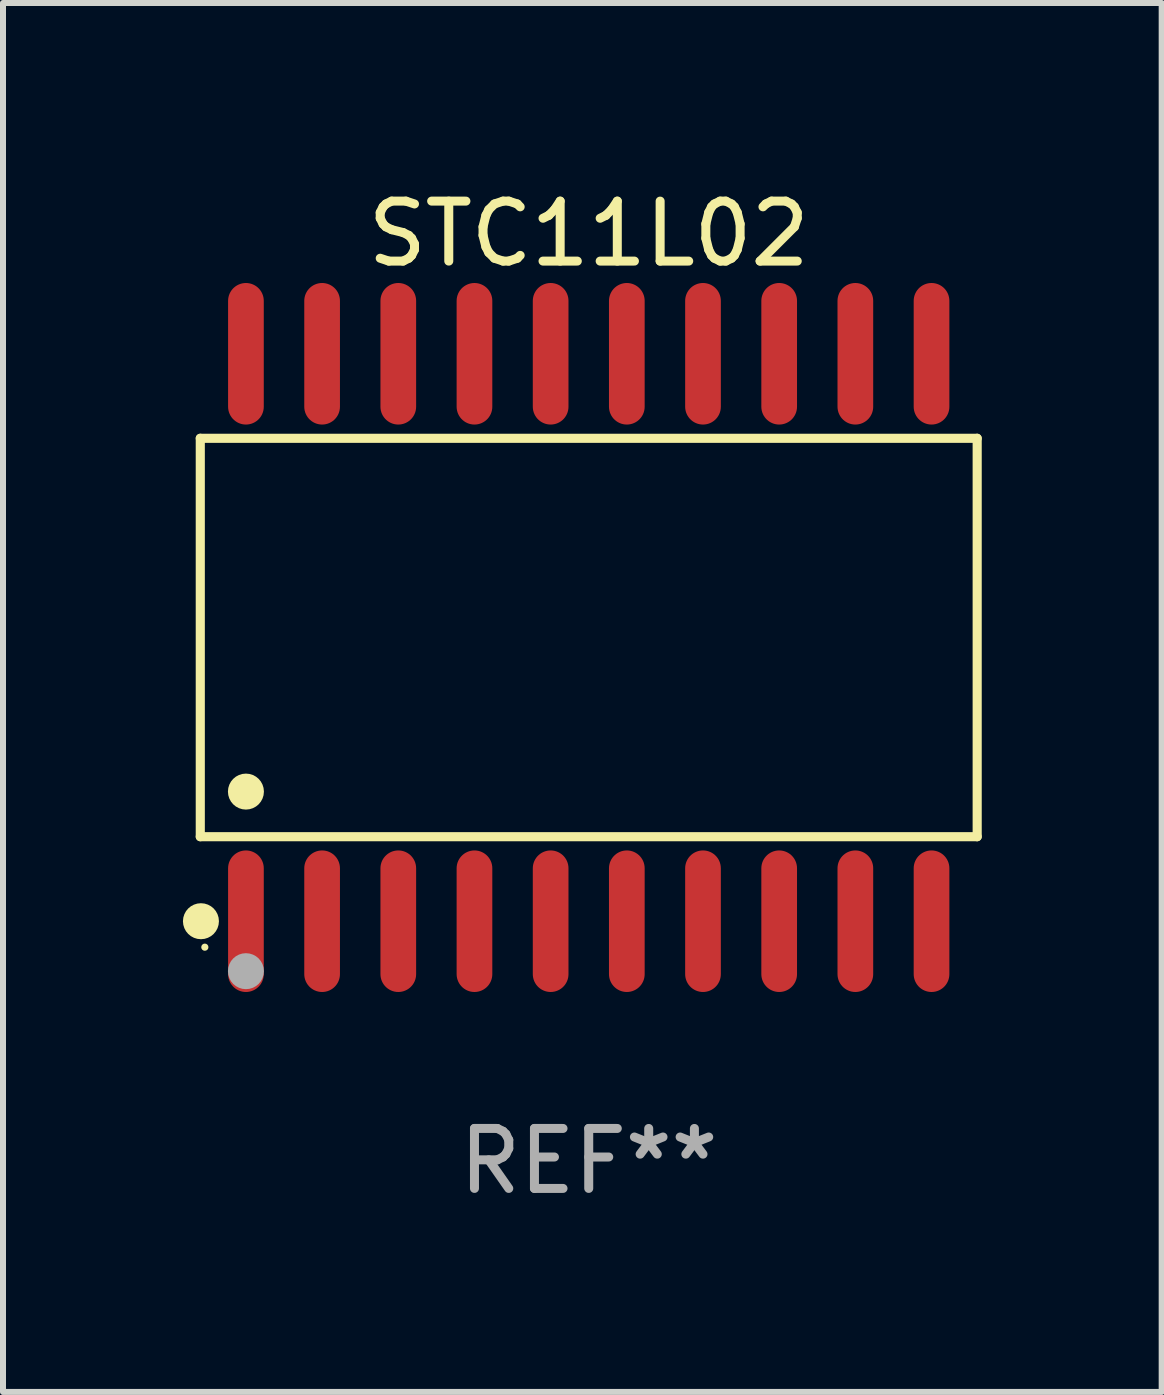
<source format=kicad_pcb>
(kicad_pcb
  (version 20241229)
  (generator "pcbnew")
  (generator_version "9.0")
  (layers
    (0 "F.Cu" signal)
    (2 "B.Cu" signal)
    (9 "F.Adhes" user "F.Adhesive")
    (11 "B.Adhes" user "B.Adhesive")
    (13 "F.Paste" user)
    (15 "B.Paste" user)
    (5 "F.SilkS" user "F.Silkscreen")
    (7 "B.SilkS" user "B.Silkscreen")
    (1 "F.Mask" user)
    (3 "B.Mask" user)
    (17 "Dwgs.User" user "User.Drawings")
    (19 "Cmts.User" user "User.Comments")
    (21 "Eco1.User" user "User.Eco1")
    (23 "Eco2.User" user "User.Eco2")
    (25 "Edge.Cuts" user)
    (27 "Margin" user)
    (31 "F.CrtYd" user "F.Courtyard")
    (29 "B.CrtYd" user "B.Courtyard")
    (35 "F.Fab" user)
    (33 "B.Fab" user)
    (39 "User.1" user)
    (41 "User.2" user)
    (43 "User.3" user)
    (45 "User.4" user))
  (footprint "STC11L02"
    (layer "F.Cu")
    (at 6.765 7.578)
    (property "Reference" "STC11L02" (at 0 -6.73 0) (layer "F.SilkS") (effects (font (size 1 1) (thickness 0.15))))
    (attr through_hole)
    (fp_line (start -6.476 -3.321) (end 6.476 -3.321) (stroke (width 0.152) (type solid)) (layer "F.SilkS"))
    (fp_line (start -6.476 3.321) (end -6.476 -3.321) (stroke (width 0.152) (type solid)) (layer "F.SilkS"))
    (fp_line (start 6.476 -3.321) (end 6.476 3.321) (stroke (width 0.152) (type solid)) (layer "F.SilkS"))
    (fp_line (start 6.476 3.321) (end -6.476 3.321) (stroke (width 0.152) (type solid)) (layer "F.SilkS"))
    (fp_circle (center -6.465 4.73) (end -6.315 4.73) (stroke (width 0.3) (type solid)) (fill no) (layer "F.SilkS"))
    (fp_circle (center -6.4 5.163) (end -6.37 5.163) (stroke (width 0.06) (type solid)) (fill no) (layer "F.SilkS"))
    (fp_circle (center -5.715 2.569) (end -5.565 2.569) (stroke (width 0.3) (type solid)) (fill no) (layer "F.SilkS"))
    (fp_circle (center -5.715 5.563) (end -5.565 5.563) (stroke (width 0.3) (type solid)) (fill no) (layer "F.Fab"))
    (fp_text user "REF**" (at 0 8.73 0) (layer "F.Fab") (effects (font (size 1 1) (thickness 0.15))))
    (pad "1" smd oval (at -5.715 4.73) (size 0.595 2.36) (layers "F.Cu" "F.Mask" "F.Paste"))
    (pad "2" smd oval (at -4.445 4.73) (size 0.595 2.36) (layers "F.Cu" "F.Mask" "F.Paste"))
    (pad "3" smd oval (at -3.175 4.73) (size 0.595 2.36) (layers "F.Cu" "F.Mask" "F.Paste"))
    (pad "4" smd oval (at -1.905 4.73) (size 0.595 2.36) (layers "F.Cu" "F.Mask" "F.Paste"))
    (pad "5" smd oval (at -0.635 4.73) (size 0.595 2.36) (layers "F.Cu" "F.Mask" "F.Paste"))
    (pad "6" smd oval (at 0.635 4.73) (size 0.595 2.36) (layers "F.Cu" "F.Mask" "F.Paste"))
    (pad "7" smd oval (at 1.905 4.73) (size 0.595 2.36) (layers "F.Cu" "F.Mask" "F.Paste"))
    (pad "8" smd oval (at 3.175 4.73) (size 0.595 2.36) (layers "F.Cu" "F.Mask" "F.Paste"))
    (pad "9" smd oval (at 4.445 4.73) (size 0.595 2.36) (layers "F.Cu" "F.Mask" "F.Paste"))
    (pad "10" smd oval (at 5.715 4.73) (size 0.595 2.36) (layers "F.Cu" "F.Mask" "F.Paste"))
    (pad "11" smd oval (at 5.715 -4.73) (size 0.595 2.36) (layers "F.Cu" "F.Mask" "F.Paste"))
    (pad "12" smd oval (at 4.445 -4.73) (size 0.595 2.36) (layers "F.Cu" "F.Mask" "F.Paste"))
    (pad "13" smd oval (at 3.175 -4.73) (size 0.595 2.36) (layers "F.Cu" "F.Mask" "F.Paste"))
    (pad "14" smd oval (at 1.905 -4.73) (size 0.595 2.36) (layers "F.Cu" "F.Mask" "F.Paste"))
    (pad "15" smd oval (at 0.635 -4.73) (size 0.595 2.36) (layers "F.Cu" "F.Mask" "F.Paste"))
    (pad "16" smd oval (at -0.635 -4.73) (size 0.595 2.36) (layers "F.Cu" "F.Mask" "F.Paste"))
    (pad "17" smd oval (at -1.905 -4.73) (size 0.595 2.36) (layers "F.Cu" "F.Mask" "F.Paste"))
    (pad "18" smd oval (at -3.175 -4.73) (size 0.595 2.36) (layers "F.Cu" "F.Mask" "F.Paste"))
    (pad "19" smd oval (at -4.445 -4.73) (size 0.595 2.36) (layers "F.Cu" "F.Mask" "F.Paste"))
    (pad "20" smd oval (at -5.715 -4.73) (size 0.595 2.36) (layers "F.Cu" "F.Mask" "F.Paste")))
  (gr_rect
    (start -3 -3)
    (end 16.317 20.156)
    (stroke (width 0.1) (type default))
    (fill no)
    (layer "Edge.Cuts")))
</source>
